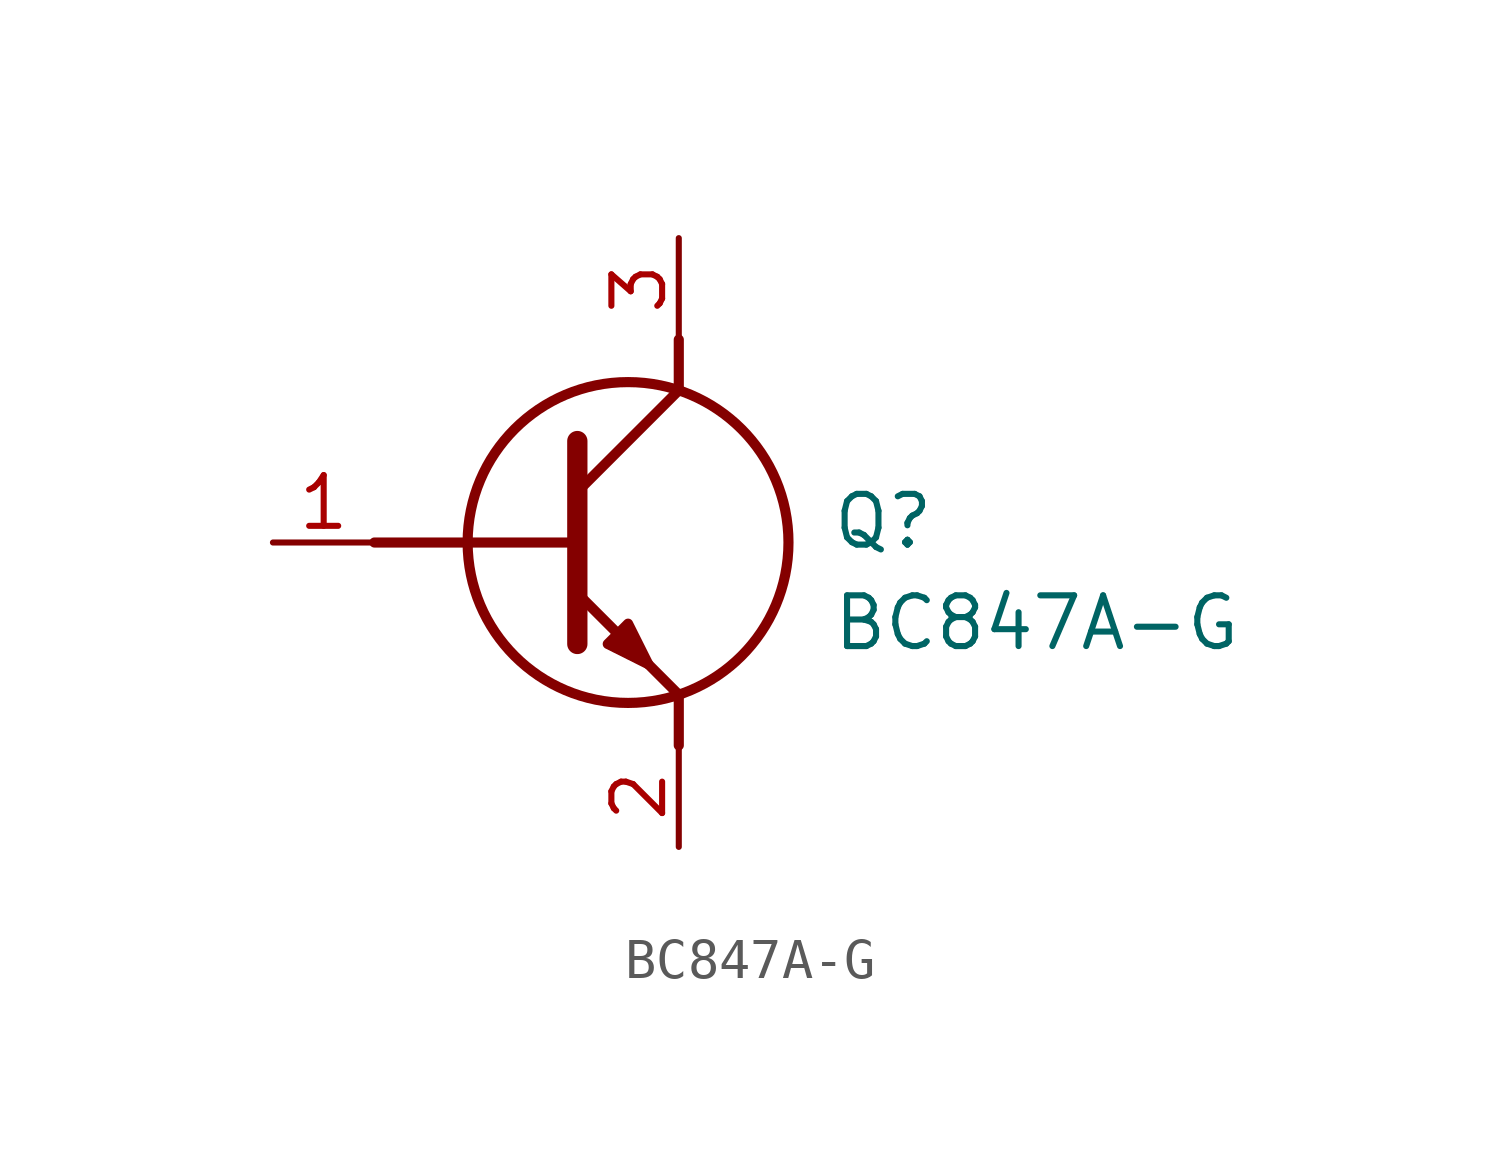
<source format=kicad_sym>
(kicad_symbol_lib
  (version 20211014)
  (generator SamacSys_ECAD_Model)
  (symbol "BC847A-G"
    (pin_names hide)
    (property "Reference" "Q"
      (at 13.97 1.27 0)
      (effects (font (size 1.27 1.27)) (justify left top)))
    (property "Value" "BC847A-G"
      (at 13.97 -1.27 0)
      (effects (font (size 1.27 1.27)) (justify left top)))
    (polyline
      (pts (xy 7.62 2.54) (xy 7.62 -2.54))
      (stroke (width 0.508) (type default))
      (fill (type none)))
    (polyline
      (pts (xy 7.62 1.27) (xy 10.16 3.81))
      (stroke (width 0.254) (type default))
      (fill (type none)))
    (polyline
      (pts (xy 7.62 -1.27) (xy 10.16 -3.81))
      (stroke (width 0.254) (type default))
      (fill (type none)))
    (polyline
      (pts (xy 10.16 -3.81) (xy 10.16 -5.08))
      (stroke (width 0.254) (type default))
      (fill (type none)))
    (polyline
      (pts (xy 10.16 3.81) (xy 10.16 5.08))
      (stroke (width 0.254) (type default))
      (fill (type none)))
    (polyline
      (pts (xy 2.54 0) (xy 7.62 0))
      (stroke (width 0.254) (type default))
      (fill (type none)))
    (circle
      (center 8.89 0)
      (radius 4.016)
      (stroke (width 0.254) (type default))
      (fill (type none)))
    (polyline
      (pts (xy 8.382 -2.54) (xy 8.89 -2.032) (xy 9.398 -3.048) (xy 8.382 -2.54))
      (stroke (width 0.254) (type default))
      (fill (type outline)))
    (pin passive line
      (at 0 0 0)
      (length 2.54)
      (name "B" (effects (font (size 1.27 1.27))))
      (number "1" (effects (font (size 1.27 1.27)))))
    (pin passive line
      (at 10.16 -7.62 90)
      (length 2.54)
      (name "E" (effects (font (size 1.27 1.27))))
      (number "2" (effects (font (size 1.27 1.27)))))
    (pin passive line
      (at 10.16 7.62 270)
      (length 2.54)
      (name "C" (effects (font (size 1.27 1.27))))
      (number "3" (effects (font (size 1.27 1.27)))))))
</source>
